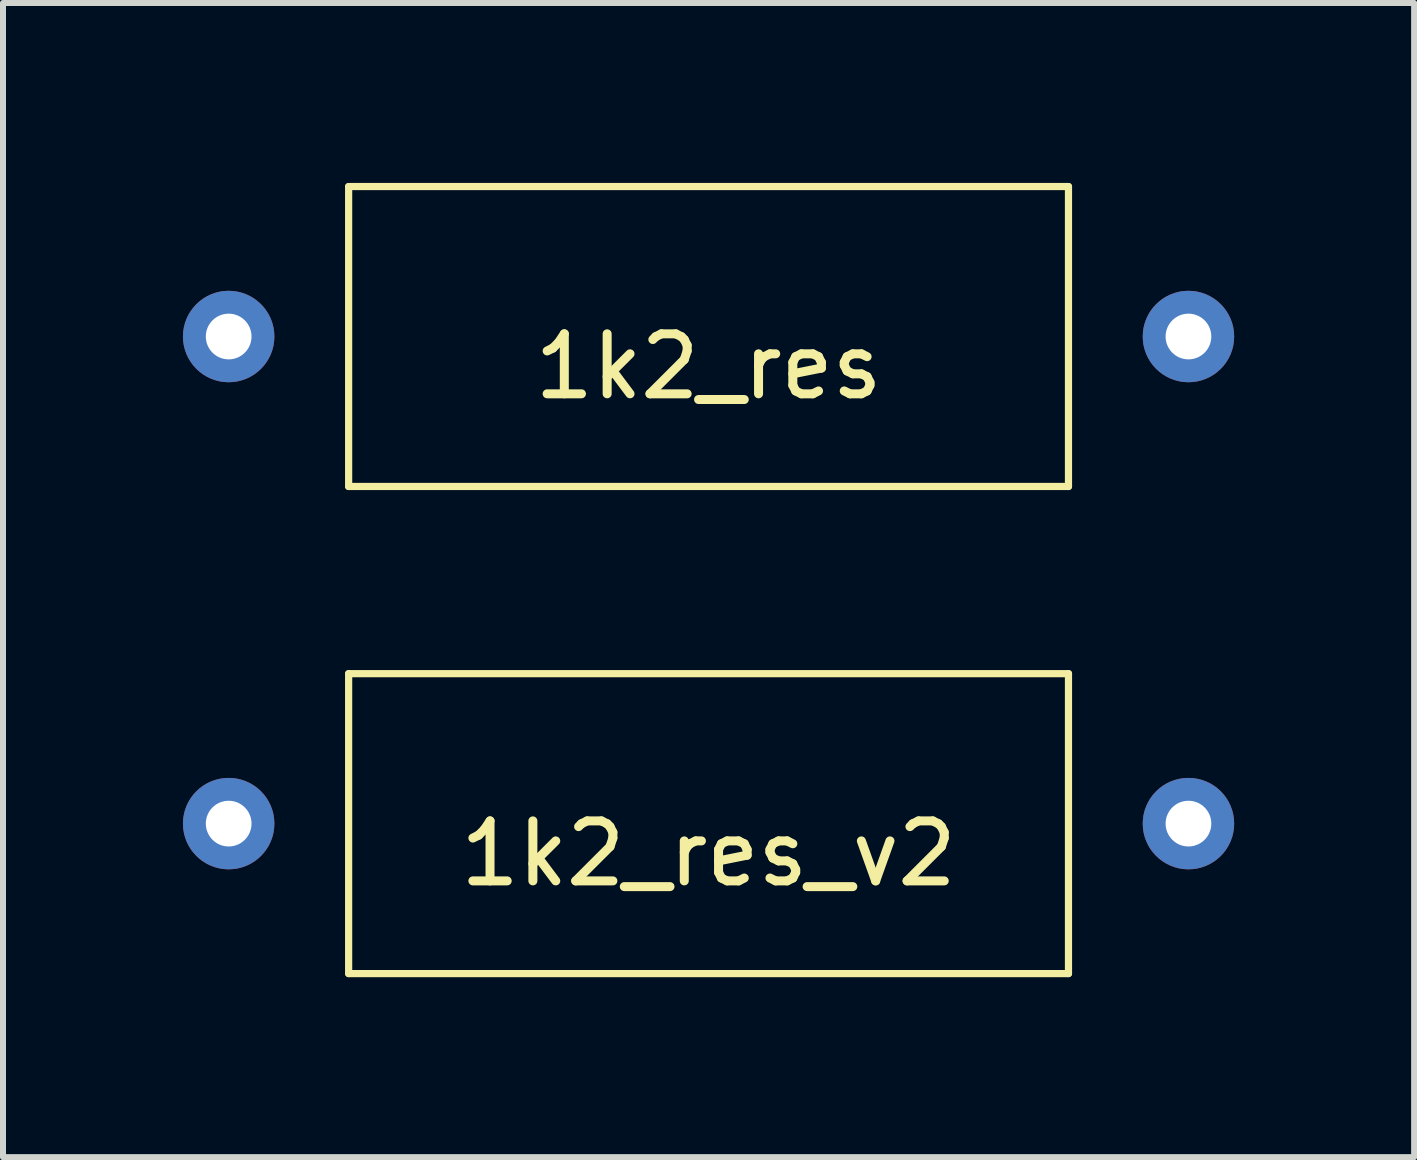
<source format=kicad_pcb>
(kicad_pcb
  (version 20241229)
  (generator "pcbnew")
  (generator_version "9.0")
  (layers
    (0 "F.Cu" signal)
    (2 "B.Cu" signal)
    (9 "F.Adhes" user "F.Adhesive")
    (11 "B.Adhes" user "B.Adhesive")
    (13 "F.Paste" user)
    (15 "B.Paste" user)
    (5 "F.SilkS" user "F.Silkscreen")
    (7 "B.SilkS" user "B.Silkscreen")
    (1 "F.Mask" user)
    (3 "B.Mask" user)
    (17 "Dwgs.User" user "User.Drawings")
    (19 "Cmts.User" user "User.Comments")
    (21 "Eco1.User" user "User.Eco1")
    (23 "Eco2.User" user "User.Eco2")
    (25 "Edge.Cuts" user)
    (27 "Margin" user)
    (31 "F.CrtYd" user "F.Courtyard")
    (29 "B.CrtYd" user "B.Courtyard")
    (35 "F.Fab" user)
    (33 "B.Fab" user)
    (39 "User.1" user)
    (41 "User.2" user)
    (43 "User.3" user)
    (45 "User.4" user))
  (footprint "1k2_res_v2"
    (layer "F.Cu")
    (at 8.762 10.68)
    (property "Reference" "1k2_res_v2" (at 0 0.5 0) (layer "F.SilkS") (effects (font (size 1 1) (thickness 0.15))))
    (attr through_hole)
    (fp_line (start -6 -2.5) (end 6 -2.5) (stroke (width 0.12) (type solid)) (layer "F.SilkS"))
    (fp_line (start -6 2.5) (end -6 -2.5) (stroke (width 0.12) (type solid)) (layer "F.SilkS"))
    (fp_line (start 6 -2.5) (end 6 2.5) (stroke (width 0.12) (type solid)) (layer "F.SilkS"))
    (fp_line (start 6 2.5) (end -6 2.5) (stroke (width 0.12) (type solid)) (layer "F.SilkS"))
    (pad "1" thru_hole circle (at -8 0) (size 1.524 1.524) (drill 0.762) (layers "*.Cu" "*.Mask"))
    (pad "2" thru_hole circle (at 8 0) (size 1.524 1.524) (drill 0.762) (layers "*.Cu" "*.Mask")))
  (footprint "1k2_res"
    (layer "F.Cu")
    (at 8.762 2.56)
    (property "Reference" "1k2_res" (at 0 0.5 0) (layer "F.SilkS") (effects (font (size 1 1) (thickness 0.15))))
    (attr through_hole)
    (fp_line (start -6 -2.5) (end 6 -2.5) (stroke (width 0.12) (type solid)) (layer "F.SilkS"))
    (fp_line (start -6 2.5) (end -6 -2.5) (stroke (width 0.12) (type solid)) (layer "F.SilkS"))
    (fp_line (start 6 -2.5) (end 6 2.5) (stroke (width 0.12) (type solid)) (layer "F.SilkS"))
    (fp_line (start 6 2.5) (end -6 2.5) (stroke (width 0.12) (type solid)) (layer "F.SilkS"))
    (pad "1" thru_hole circle (at -8 0) (size 1.524 1.524) (drill 0.762) (layers "*.Cu" "*.Mask"))
    (pad "2" thru_hole circle (at 8 0) (size 1.524 1.524) (drill 0.762) (layers "*.Cu" "*.Mask")))
  (gr_rect
    (start -3 -3)
    (end 20.524 16.24)
    (stroke (width 0.1) (type default))
    (fill no)
    (layer "Edge.Cuts")))
</source>
